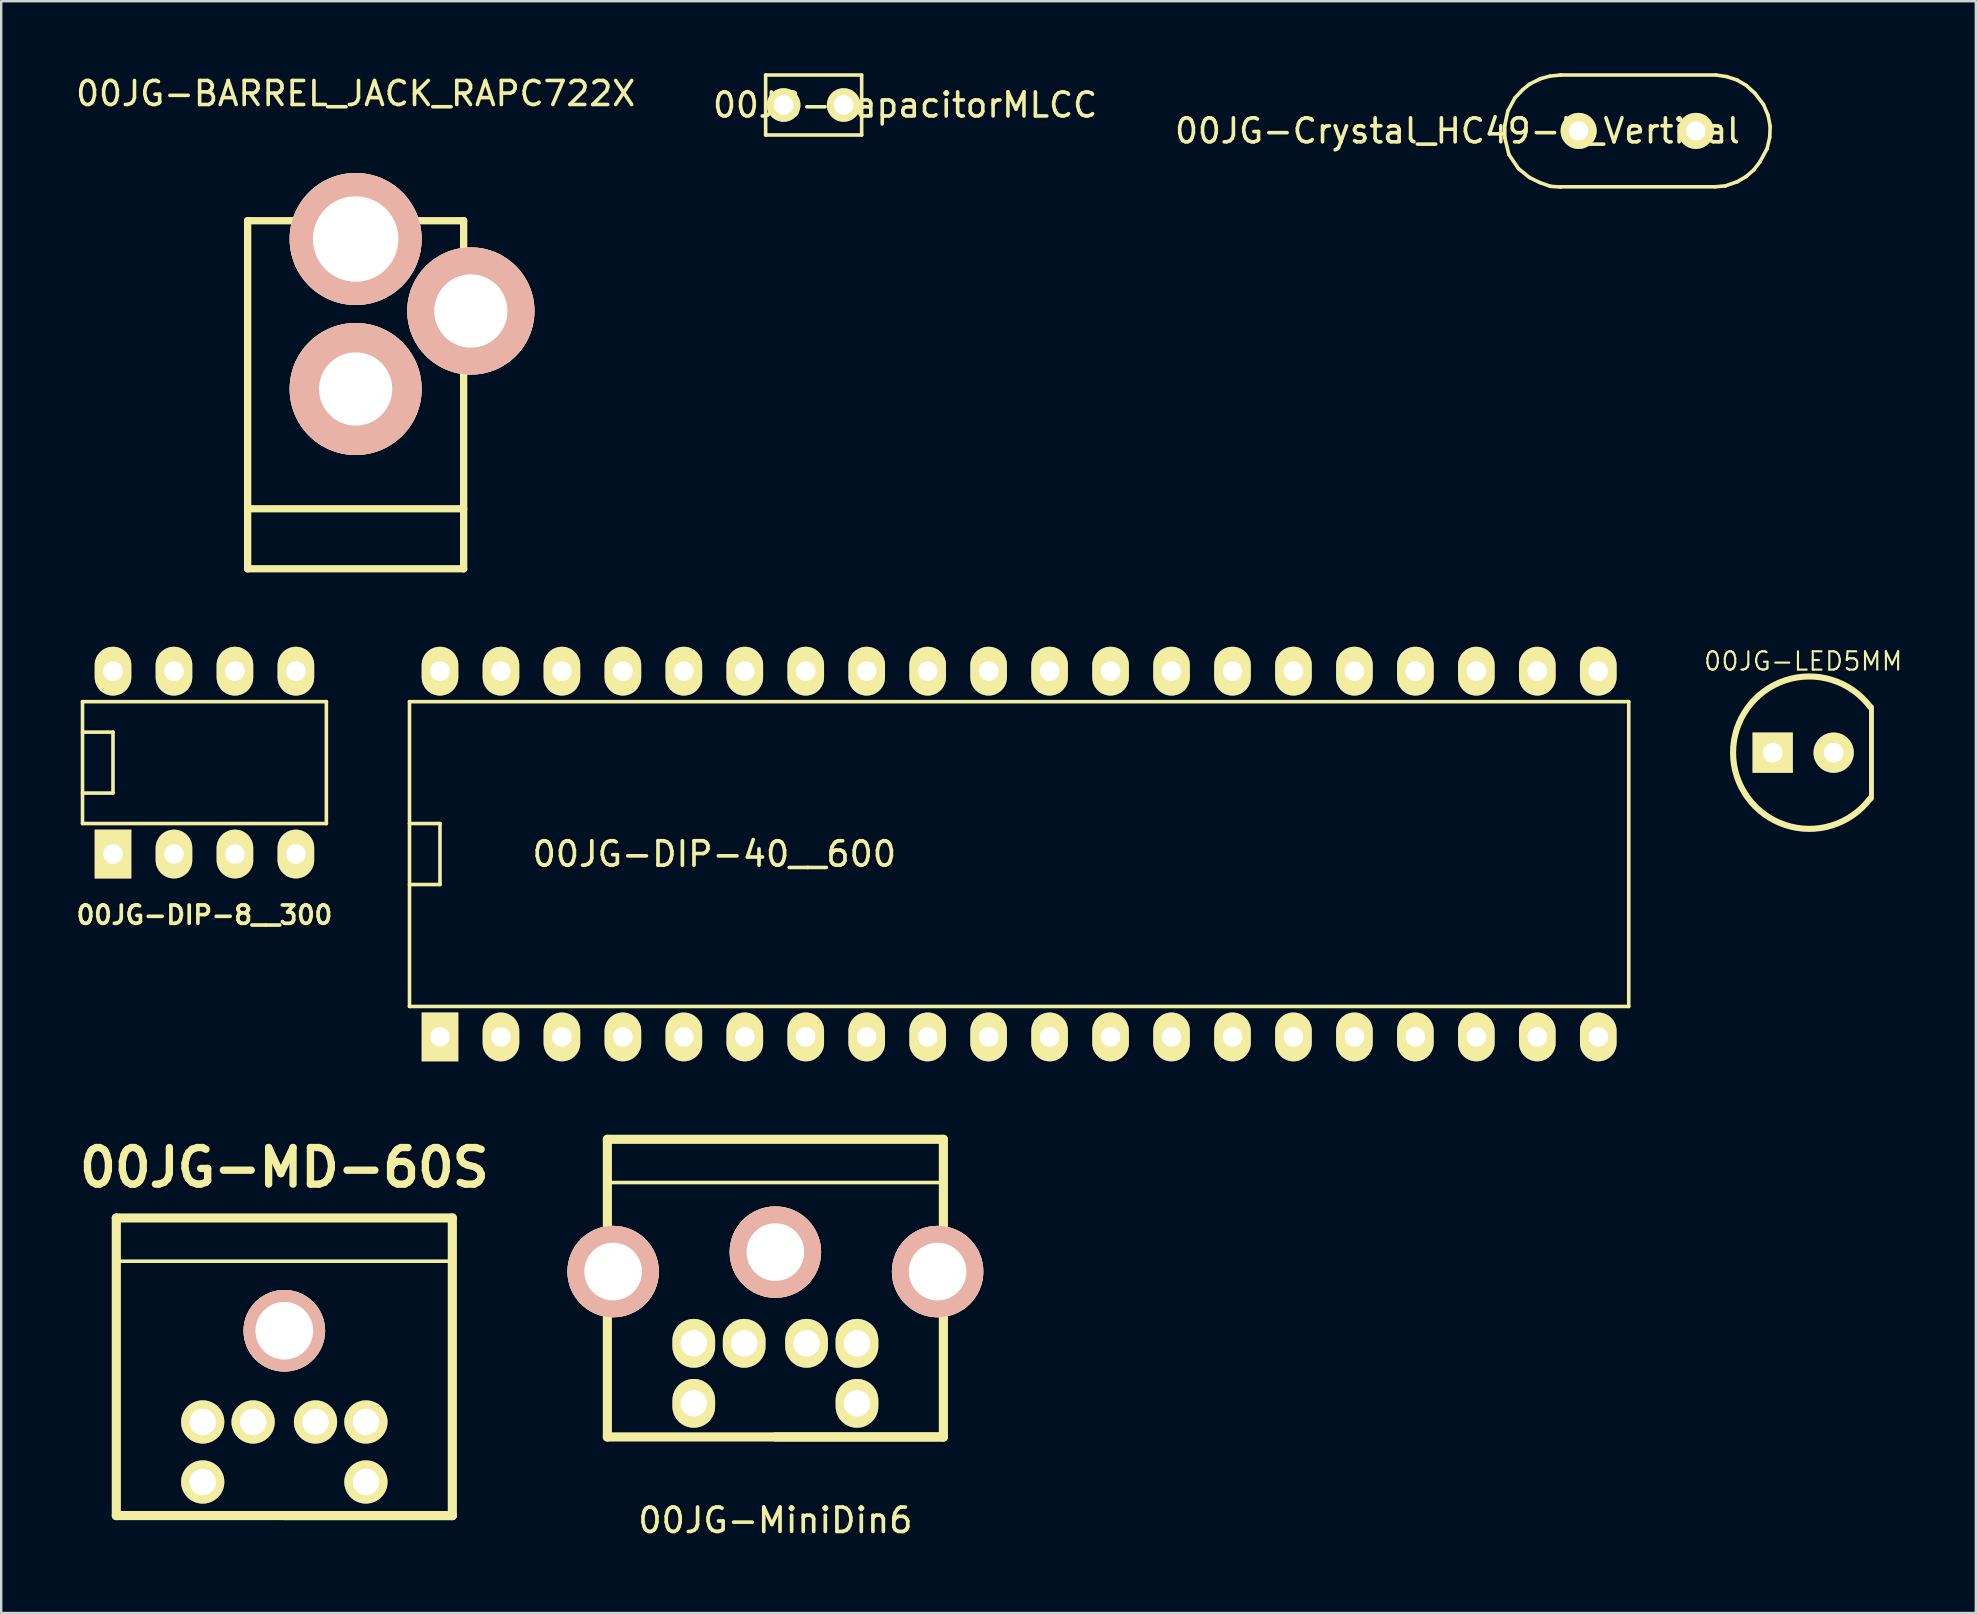
<source format=kicad_pcb>
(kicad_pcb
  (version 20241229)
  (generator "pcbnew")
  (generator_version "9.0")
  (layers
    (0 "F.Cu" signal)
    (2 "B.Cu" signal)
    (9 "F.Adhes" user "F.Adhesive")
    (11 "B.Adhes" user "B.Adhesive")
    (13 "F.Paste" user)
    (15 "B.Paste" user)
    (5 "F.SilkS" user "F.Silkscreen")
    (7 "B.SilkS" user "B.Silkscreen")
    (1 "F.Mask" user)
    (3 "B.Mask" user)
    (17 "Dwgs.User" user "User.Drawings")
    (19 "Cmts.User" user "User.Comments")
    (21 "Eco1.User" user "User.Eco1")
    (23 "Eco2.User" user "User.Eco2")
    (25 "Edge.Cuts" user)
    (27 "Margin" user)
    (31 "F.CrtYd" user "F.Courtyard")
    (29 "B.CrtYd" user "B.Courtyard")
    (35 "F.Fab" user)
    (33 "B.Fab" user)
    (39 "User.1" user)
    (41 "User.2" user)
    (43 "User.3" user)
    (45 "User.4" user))
  (footprint "00JG-MD-60S"
    (layer "F.Cu")
    (at 8.796 47.697)
    (property "Reference" "00JG-MD-60S" (at 0 -2.1 0) (layer "F.SilkS") (effects (font (size 1.524 1.524) (thickness 0.305))))
    (attr through_hole)
    (fp_line (start -7 0) (end -7 12.4) (stroke (width 0.381) (type solid)) (layer "F.SilkS"))
    (fp_line (start -7 0) (end 7 0) (stroke (width 0.381) (type solid)) (layer "F.SilkS"))
    (fp_line (start -7 1.8) (end 7 1.8) (stroke (width 0.15) (type solid)) (layer "F.SilkS"))
    (fp_line (start 7 0) (end 7 12.4) (stroke (width 0.381) (type solid)) (layer "F.SilkS"))
    (fp_line (start 7 12.4) (end -7 12.4) (stroke (width 0.381) (type solid)) (layer "F.SilkS"))
    (fp_line (start 7 12.4) (end 0 12.4) (stroke (width 0.381) (type solid)) (layer "F.SilkS"))
    (pad "1" thru_hole circle (at -1.3 8.5) (size 1.8 1.8) (drill 1.1) (layers "*.Cu" "*.Mask" "F.SilkS"))
    (pad "2" thru_hole circle (at 1.3 8.5) (size 1.8 1.8) (drill 1.1) (layers "*.Cu" "*.Mask" "F.SilkS"))
    (pad "3" thru_hole circle (at -3.4 8.5) (size 1.8 1.8) (drill 1.1) (layers "*.Cu" "*.Mask" "F.SilkS"))
    (pad "4" thru_hole circle (at 3.4 8.5) (size 1.8 1.8) (drill 1.1) (layers "*.Cu" "*.Mask" "F.SilkS"))
    (pad "5" thru_hole circle (at -3.4 11) (size 1.8 1.8) (drill 1.1) (layers "*.Cu" "*.Mask" "F.SilkS"))
    (pad "6" thru_hole circle (at 3.4 11) (size 1.8 1.8) (drill 1.1) (layers "*.Cu" "*.Mask" "F.SilkS"))
    (pad "GND" thru_hole circle (at 0 4.7) (size 3.4 3.4) (drill 2.4) (layers "*.Cu" "*.SilkS" "*.Mask")))
  (footprint "00JG-LED5MM"
    (layer "F.Cu")
    (at 72.08 28.31)
    (property "Reference" "00JG-LED5MM" (at 0 -3.81 0) (layer "F.SilkS") (effects (font (size 0.762 0.762) (thickness 0.089))))
    (attr through_hole)
    (fp_line (start 2.845 1.905) (end 2.845 -1.905) (stroke (width 0.203) (type solid)) (layer "F.SilkS"))
    (fp_arc (start 2.794 1.905) (mid -2.921 0.001668) (end 2.791997 -1.907668) (stroke (width 0.254) (type solid)) (layer "F.SilkS"))
    (pad "A" thru_hole rect (at -1.27 0) (size 1.676 1.676) (drill 0.813) (layers "*.Cu" "*.Mask" "F.SilkS"))
    (pad "K" thru_hole circle (at 1.27 0) (size 1.676 1.676) (drill 0.813) (layers "*.Cu" "*.Mask" "F.SilkS")))
  (footprint "00JG-MiniDin6"
    (layer "F.Cu")
    (at 29.256 44.42)
    (property "Reference" "00JG-MiniDin6" (at 0 15.875 0) (layer "F.SilkS") (effects (font (size 1.016 1.016) (thickness 0.152))))
    (attr through_hole)
    (fp_line (start -7 0) (end -7 12.4) (stroke (width 0.381) (type solid)) (layer "F.SilkS"))
    (fp_line (start -7 0) (end 7 0) (stroke (width 0.381) (type solid)) (layer "F.SilkS"))
    (fp_line (start -7 1.8) (end 7 1.8) (stroke (width 0.15) (type solid)) (layer "F.SilkS"))
    (fp_line (start 7 0) (end 7 12.4) (stroke (width 0.381) (type solid)) (layer "F.SilkS"))
    (fp_line (start 7 12.4) (end -7 12.4) (stroke (width 0.381) (type solid)) (layer "F.SilkS"))
    (fp_line (start 7 12.4) (end 0 12.4) (stroke (width 0.381) (type solid)) (layer "F.SilkS"))
    (pad "1" thru_hole oval (at -1.3 8.5) (size 1.778 2.032) (drill 1.1) (layers "*.Cu" "*.Mask" "F.SilkS"))
    (pad "2" thru_hole oval (at 1.3 8.5) (size 1.778 2.032) (drill 1.1) (layers "*.Cu" "*.Mask" "F.SilkS"))
    (pad "3" thru_hole circle (at -6.76 5.51) (size 3.81 3.81) (drill 2.4) (layers "*.Cu" "*.SilkS" "*.Mask"))
    (pad "3" thru_hole oval (at -3.4 8.5) (size 1.778 2.032) (drill 1.1) (layers "*.Cu" "*.Mask" "F.SilkS"))
    (pad "3" thru_hole circle (at 0 4.7) (size 3.81 3.81) (drill 2.4) (layers "*.Cu" "*.SilkS" "*.Mask"))
    (pad "3" thru_hole circle (at 6.76 5.51) (size 3.81 3.81) (drill 2.4) (layers "*.Cu" "*.SilkS" "*.Mask"))
    (pad "4" thru_hole oval (at 3.4 8.5) (size 1.778 2.032) (drill 1.1) (layers "*.Cu" "*.Mask" "F.SilkS"))
    (pad "5" thru_hole oval (at -3.4 11) (size 1.778 2.032) (drill 1.1) (layers "*.Cu" "*.Mask" "F.SilkS"))
    (pad "6" thru_hole oval (at 3.4 11) (size 1.778 2.032) (drill 1.1) (layers "*.Cu" "*.Mask" "F.SilkS")))
  (footprint "00JG-BARREL_JACK_RAPC722X"
    (layer "F.Cu")
    (at 11.768 20.648)
    (property "Reference" "00JG-BARREL_JACK_RAPC722X" (at 0 -19.8 0) (layer "F.SilkS") (effects (font (size 1 1) (thickness 0.15))))
    (attr through_hole)
    (fp_line (start -4.5 -14.5) (end -4.5 0) (stroke (width 0.305) (type solid)) (layer "F.SilkS"))
    (fp_line (start -4.5 -14.5) (end 4.5 -14.5) (stroke (width 0.305) (type solid)) (layer "F.SilkS"))
    (fp_line (start -4.5 -2.5) (end 4.5 -2.5) (stroke (width 0.305) (type solid)) (layer "F.SilkS"))
    (fp_line (start -4.5 0) (end 4.5 0) (stroke (width 0.305) (type solid)) (layer "F.SilkS"))
    (fp_line (start 4.5 -14.5) (end 4.5 0) (stroke (width 0.305) (type solid)) (layer "F.SilkS"))
    (pad "1" thru_hole circle (at 0 -13.74) (size 5.5 5.5) (drill 3.56) (layers "*.Cu" "*.SilkS" "*.Mask"))
    (pad "2" thru_hole circle (at 0 -7.49) (size 5.5 5.5) (drill 3.05) (layers "*.Cu" "*.SilkS" "*.Mask"))
    (pad "3" thru_hole circle (at 4.8 -10.74) (size 5.3 5.3) (drill 3.05) (layers "*.Cu" "*.SilkS" "*.Mask")))
  (footprint "00JG-DIP-40__600"
    (layer "F.Cu")
    (at 39.412 32.534)
    (property "Reference" "00JG-DIP-40__600" (at -12.7 0 0) (layer "F.SilkS") (effects (font (size 1.016 1.016) (thickness 0.152))))
    (attr through_hole)
    (fp_line (start -25.4 -6.35) (end 25.4 -6.35) (stroke (width 0.15) (type solid)) (layer "F.SilkS"))
    (fp_line (start -25.4 -1.27) (end -24.13 -1.27) (stroke (width 0.15) (type solid)) (layer "F.SilkS"))
    (fp_line (start -25.4 6.35) (end -25.4 -6.35) (stroke (width 0.15) (type solid)) (layer "F.SilkS"))
    (fp_line (start -24.13 -1.27) (end -24.13 1.27) (stroke (width 0.15) (type solid)) (layer "F.SilkS"))
    (fp_line (start -24.13 1.27) (end -25.4 1.27) (stroke (width 0.15) (type solid)) (layer "F.SilkS"))
    (fp_line (start 25.4 -6.35) (end 25.4 6.35) (stroke (width 0.15) (type solid)) (layer "F.SilkS"))
    (fp_line (start 25.4 6.35) (end -25.4 6.35) (stroke (width 0.15) (type solid)) (layer "F.SilkS"))
    (pad "1" thru_hole rect (at -24.13 7.62) (size 1.524 2.032) (drill 0.813) (layers "*.Cu" "*.Mask" "F.SilkS"))
    (pad "2" thru_hole oval (at -21.59 7.62) (size 1.524 2.032) (drill 0.813) (layers "*.Cu" "*.Mask" "F.SilkS"))
    (pad "3" thru_hole oval (at -19.05 7.62) (size 1.524 2.032) (drill 0.813) (layers "*.Cu" "*.Mask" "F.SilkS"))
    (pad "4" thru_hole oval (at -16.51 7.62) (size 1.524 2.032) (drill 0.813) (layers "*.Cu" "*.Mask" "F.SilkS"))
    (pad "5" thru_hole oval (at -13.97 7.62) (size 1.524 2.032) (drill 0.813) (layers "*.Cu" "*.Mask" "F.SilkS"))
    (pad "6" thru_hole oval (at -11.43 7.62) (size 1.524 2.032) (drill 0.813) (layers "*.Cu" "*.Mask" "F.SilkS"))
    (pad "7" thru_hole oval (at -8.89 7.62) (size 1.524 2.032) (drill 0.813) (layers "*.Cu" "*.Mask" "F.SilkS"))
    (pad "8" thru_hole oval (at -6.35 7.62) (size 1.524 2.032) (drill 0.813) (layers "*.Cu" "*.Mask" "F.SilkS"))
    (pad "9" thru_hole oval (at -3.81 7.62) (size 1.524 2.032) (drill 0.813) (layers "*.Cu" "*.Mask" "F.SilkS"))
    (pad "10" thru_hole oval (at -1.27 7.62) (size 1.524 2.032) (drill 0.813) (layers "*.Cu" "*.Mask" "F.SilkS"))
    (pad "11" thru_hole oval (at 1.27 7.62) (size 1.524 2.032) (drill 0.813) (layers "*.Cu" "*.Mask" "F.SilkS"))
    (pad "12" thru_hole oval (at 3.81 7.62) (size 1.524 2.032) (drill 0.813) (layers "*.Cu" "*.Mask" "F.SilkS"))
    (pad "13" thru_hole oval (at 6.35 7.62) (size 1.524 2.032) (drill 0.813) (layers "*.Cu" "*.Mask" "F.SilkS"))
    (pad "14" thru_hole oval (at 8.89 7.62) (size 1.524 2.032) (drill 0.813) (layers "*.Cu" "*.Mask" "F.SilkS"))
    (pad "15" thru_hole oval (at 11.43 7.62) (size 1.524 2.032) (drill 0.813) (layers "*.Cu" "*.Mask" "F.SilkS"))
    (pad "16" thru_hole oval (at 13.97 7.62) (size 1.524 2.032) (drill 0.813) (layers "*.Cu" "*.Mask" "F.SilkS"))
    (pad "17" thru_hole oval (at 16.51 7.62) (size 1.524 2.032) (drill 0.813) (layers "*.Cu" "*.Mask" "F.SilkS"))
    (pad "18" thru_hole oval (at 19.05 7.62) (size 1.524 2.032) (drill 0.813) (layers "*.Cu" "*.Mask" "F.SilkS"))
    (pad "19" thru_hole oval (at 21.59 7.62) (size 1.524 2.032) (drill 0.813) (layers "*.Cu" "*.Mask" "F.SilkS"))
    (pad "20" thru_hole oval (at 24.13 7.62) (size 1.524 2.032) (drill 0.813) (layers "*.Cu" "*.Mask" "F.SilkS"))
    (pad "21" thru_hole oval (at 24.13 -7.62) (size 1.524 2.032) (drill 0.813) (layers "*.Cu" "*.Mask" "F.SilkS"))
    (pad "22" thru_hole oval (at 21.59 -7.62) (size 1.524 2.032) (drill 0.813) (layers "*.Cu" "*.Mask" "F.SilkS"))
    (pad "23" thru_hole oval (at 19.05 -7.62) (size 1.524 2.032) (drill 0.813) (layers "*.Cu" "*.Mask" "F.SilkS"))
    (pad "24" thru_hole oval (at 16.51 -7.62) (size 1.524 2.032) (drill 0.813) (layers "*.Cu" "*.Mask" "F.SilkS"))
    (pad "25" thru_hole oval (at 13.97 -7.62) (size 1.524 2.032) (drill 0.813) (layers "*.Cu" "*.Mask" "F.SilkS"))
    (pad "26" thru_hole oval (at 11.43 -7.62) (size 1.524 2.032) (drill 0.813) (layers "*.Cu" "*.Mask" "F.SilkS"))
    (pad "27" thru_hole oval (at 8.89 -7.62) (size 1.524 2.032) (drill 0.813) (layers "*.Cu" "*.Mask" "F.SilkS"))
    (pad "28" thru_hole oval (at 6.35 -7.62) (size 1.524 2.032) (drill 0.813) (layers "*.Cu" "*.Mask" "F.SilkS"))
    (pad "29" thru_hole oval (at 3.81 -7.62) (size 1.524 2.032) (drill 0.813) (layers "*.Cu" "*.Mask" "F.SilkS"))
    (pad "30" thru_hole oval (at 1.27 -7.62) (size 1.524 2.032) (drill 0.813) (layers "*.Cu" "*.Mask" "F.SilkS"))
    (pad "31" thru_hole oval (at -1.27 -7.62) (size 1.524 2.032) (drill 0.813) (layers "*.Cu" "*.Mask" "F.SilkS"))
    (pad "32" thru_hole oval (at -3.81 -7.62) (size 1.524 2.032) (drill 0.813) (layers "*.Cu" "*.Mask" "F.SilkS"))
    (pad "33" thru_hole oval (at -6.35 -7.62) (size 1.524 2.032) (drill 0.813) (layers "*.Cu" "*.Mask" "F.SilkS"))
    (pad "34" thru_hole oval (at -8.89 -7.62) (size 1.524 2.032) (drill 0.813) (layers "*.Cu" "*.Mask" "F.SilkS"))
    (pad "35" thru_hole oval (at -11.43 -7.62) (size 1.524 2.032) (drill 0.813) (layers "*.Cu" "*.Mask" "F.SilkS"))
    (pad "36" thru_hole oval (at -13.97 -7.62) (size 1.524 2.032) (drill 0.813) (layers "*.Cu" "*.Mask" "F.SilkS"))
    (pad "37" thru_hole oval (at -16.51 -7.62) (size 1.524 2.032) (drill 0.813) (layers "*.Cu" "*.Mask" "F.SilkS"))
    (pad "38" thru_hole oval (at -19.05 -7.62) (size 1.524 2.032) (drill 0.813) (layers "*.Cu" "*.Mask" "F.SilkS"))
    (pad "39" thru_hole oval (at -21.59 -7.62) (size 1.524 2.032) (drill 0.813) (layers "*.Cu" "*.Mask" "F.SilkS"))
    (pad "40" thru_hole oval (at -24.13 -7.62) (size 1.524 2.032) (drill 0.813) (layers "*.Cu" "*.Mask" "F.SilkS")))
  (footprint "00JG-CapacitorMLCC"
    (layer "F.Cu")
    (at 30.851 1.325)
    (property "Reference" "00JG-CapacitorMLCC" (at 3.81 0 0) (layer "F.SilkS") (effects (font (size 1 1) (thickness 0.15))))
    (attr through_hole)
    (fp_line (start -2 -1.25) (end 2 -1.25) (stroke (width 0.15) (type solid)) (layer "F.SilkS"))
    (fp_line (start -2 1.25) (end -2 -1.25) (stroke (width 0.15) (type solid)) (layer "F.SilkS"))
    (fp_line (start 2 -1.25) (end 2 1.25) (stroke (width 0.15) (type solid)) (layer "F.SilkS"))
    (fp_line (start 2 1.25) (end -2 1.25) (stroke (width 0.15) (type solid)) (layer "F.SilkS"))
    (pad "1" thru_hole circle (at -1.25 0) (size 1.397 1.397) (drill 0.813) (layers "*.Cu" "*.Mask" "F.SilkS"))
    (pad "2" thru_hole circle (at 1.25 0) (size 1.397 1.397) (drill 0.813) (layers "*.Cu" "*.Mask" "F.SilkS")))
  (footprint "00JG-DIP-8__300"
    (layer "F.Cu")
    (at 5.468 28.724)
    (property "Reference" "00JG-DIP-8__300" (at 0 6.35 0) (layer "F.SilkS") (effects (font (size 0.762 0.762) (thickness 0.152))))
    (attr through_hole)
    (fp_line (start -5.08 -2.54) (end 5.08 -2.54) (stroke (width 0.15) (type solid)) (layer "F.SilkS"))
    (fp_line (start -5.08 -1.27) (end -3.81 -1.27) (stroke (width 0.15) (type solid)) (layer "F.SilkS"))
    (fp_line (start -5.08 2.54) (end -5.08 -2.54) (stroke (width 0.15) (type solid)) (layer "F.SilkS"))
    (fp_line (start -3.81 -1.27) (end -3.81 1.27) (stroke (width 0.15) (type solid)) (layer "F.SilkS"))
    (fp_line (start -3.81 1.27) (end -5.08 1.27) (stroke (width 0.15) (type solid)) (layer "F.SilkS"))
    (fp_line (start 5.08 -2.54) (end 5.08 2.54) (stroke (width 0.15) (type solid)) (layer "F.SilkS"))
    (fp_line (start 5.08 2.54) (end -5.08 2.54) (stroke (width 0.15) (type solid)) (layer "F.SilkS"))
    (pad "1" thru_hole rect (at -3.81 3.81) (size 1.524 2.032) (drill 0.813) (layers "*.Cu" "*.Mask" "F.SilkS"))
    (pad "2" thru_hole oval (at -1.27 3.81) (size 1.524 2.032) (drill 0.813) (layers "*.Cu" "*.Mask" "F.SilkS"))
    (pad "3" thru_hole oval (at 1.27 3.81) (size 1.524 2.032) (drill 0.813) (layers "*.Cu" "*.Mask" "F.SilkS"))
    (pad "4" thru_hole oval (at 3.81 3.81) (size 1.524 2.032) (drill 0.813) (layers "*.Cu" "*.Mask" "F.SilkS"))
    (pad "5" thru_hole oval (at 3.81 -3.81) (size 1.524 2.032) (drill 0.813) (layers "*.Cu" "*.Mask" "F.SilkS"))
    (pad "6" thru_hole oval (at 1.27 -3.81) (size 1.524 2.032) (drill 0.813) (layers "*.Cu" "*.Mask" "F.SilkS"))
    (pad "7" thru_hole oval (at -1.27 -3.81) (size 1.524 2.032) (drill 0.813) (layers "*.Cu" "*.Mask" "F.SilkS"))
    (pad "8" thru_hole oval (at -3.81 -3.81) (size 1.524 2.032) (drill 0.813) (layers "*.Cu" "*.Mask" "F.SilkS")))
  (footprint "00JG-Crystal_HC49-U_Vertical"
    (layer "F.Cu")
    (at 65.166 2.404)
    (property "Reference" "00JG-Crystal_HC49-U_Vertical" (at -7.493 0 0) (layer "F.SilkS") (effects (font (size 1 1) (thickness 0.15))))
    (attr through_hole)
    (fp_line (start -5.519 -0.231) (end -5.519 0.279) (stroke (width 0.15) (type solid)) (layer "F.SilkS"))
    (fp_line (start -5.519 0.279) (end -5.349 0.98) (stroke (width 0.15) (type solid)) (layer "F.SilkS"))
    (fp_line (start -5.39 -0.831) (end -5.519 -0.231) (stroke (width 0.15) (type solid)) (layer "F.SilkS"))
    (fp_line (start -5.349 0.98) (end -4.95 1.57) (stroke (width 0.15) (type solid)) (layer "F.SilkS"))
    (fp_line (start -5.1 -1.369) (end -5.39 -0.831) (stroke (width 0.15) (type solid)) (layer "F.SilkS"))
    (fp_line (start -4.95 1.57) (end -4.491 1.941) (stroke (width 0.15) (type solid)) (layer "F.SilkS"))
    (fp_line (start -4.77 -1.72) (end -5.1 -1.369) (stroke (width 0.15) (type solid)) (layer "F.SilkS"))
    (fp_line (start -4.491 1.941) (end -4.069 2.149) (stroke (width 0.15) (type solid)) (layer "F.SilkS"))
    (fp_line (start -4.481 -1.951) (end -4.77 -1.72) (stroke (width 0.15) (type solid)) (layer "F.SilkS"))
    (fp_line (start -4.069 2.149) (end -3.619 2.309) (stroke (width 0.15) (type solid)) (layer "F.SilkS"))
    (fp_line (start -4.049 -2.169) (end -4.481 -1.951) (stroke (width 0.15) (type solid)) (layer "F.SilkS"))
    (fp_line (start -3.65 -2.281) (end -4.049 -2.169) (stroke (width 0.15) (type solid)) (layer "F.SilkS"))
    (fp_line (start -3.619 2.309) (end -3.18 2.339) (stroke (width 0.15) (type solid)) (layer "F.SilkS"))
    (fp_line (start -3.2 -2.329) (end 3.251 -2.329) (stroke (width 0.15) (type solid)) (layer "F.SilkS"))
    (fp_line (start -3.2 2.329) (end 3.251 2.329) (stroke (width 0.15) (type solid)) (layer "F.SilkS"))
    (fp_line (start -3.19 -2.329) (end -3.65 -2.281) (stroke (width 0.15) (type solid)) (layer "F.SilkS"))
    (fp_line (start 3.251 2.329) (end 3.67 2.291) (stroke (width 0.15) (type solid)) (layer "F.SilkS"))
    (fp_line (start 3.67 2.291) (end 4.161 2.121) (stroke (width 0.15) (type solid)) (layer "F.SilkS"))
    (fp_line (start 3.731 -2.261) (end 3.289 -2.329) (stroke (width 0.15) (type solid)) (layer "F.SilkS"))
    (fp_line (start 4.161 -2.121) (end 3.731 -2.261) (stroke (width 0.15) (type solid)) (layer "F.SilkS"))
    (fp_line (start 4.161 2.121) (end 4.539 1.9) (stroke (width 0.15) (type solid)) (layer "F.SilkS"))
    (fp_line (start 4.539 1.9) (end 4.859 1.621) (stroke (width 0.15) (type solid)) (layer "F.SilkS"))
    (fp_line (start 4.549 -1.89) (end 4.161 -2.121) (stroke (width 0.15) (type solid)) (layer "F.SilkS"))
    (fp_line (start 4.859 1.621) (end 5.11 1.29) (stroke (width 0.15) (type solid)) (layer "F.SilkS"))
    (fp_line (start 4.9 -1.57) (end 4.549 -1.89) (stroke (width 0.15) (type solid)) (layer "F.SilkS"))
    (fp_line (start 5.11 1.29) (end 5.41 0.739) (stroke (width 0.15) (type solid)) (layer "F.SilkS"))
    (fp_line (start 5.26 -1.1) (end 4.9 -1.57) (stroke (width 0.15) (type solid)) (layer "F.SilkS"))
    (fp_line (start 5.41 0.739) (end 5.519 0.269) (stroke (width 0.15) (type solid)) (layer "F.SilkS"))
    (fp_line (start 5.451 -0.65) (end 5.26 -1.1) (stroke (width 0.15) (type solid)) (layer "F.SilkS"))
    (fp_line (start 5.519 0.269) (end 5.54 -0.191) (stroke (width 0.15) (type solid)) (layer "F.SilkS"))
    (fp_line (start 5.54 -0.191) (end 5.451 -0.65) (stroke (width 0.15) (type solid)) (layer "F.SilkS"))
    (pad "1" thru_hole circle (at -2.441 0) (size 1.501 1.501) (drill 0.8) (layers "*.Cu" "*.Mask" "F.SilkS"))
    (pad "2" thru_hole circle (at 2.441 0) (size 1.501 1.501) (drill 0.8) (layers "*.Cu" "*.Mask" "F.SilkS")))
  (gr_rect
    (start -3 -3)
    (end 79.274 64.157)
    (stroke (width 0.1) (type default))
    (fill no)
    (layer "Edge.Cuts")))
</source>
